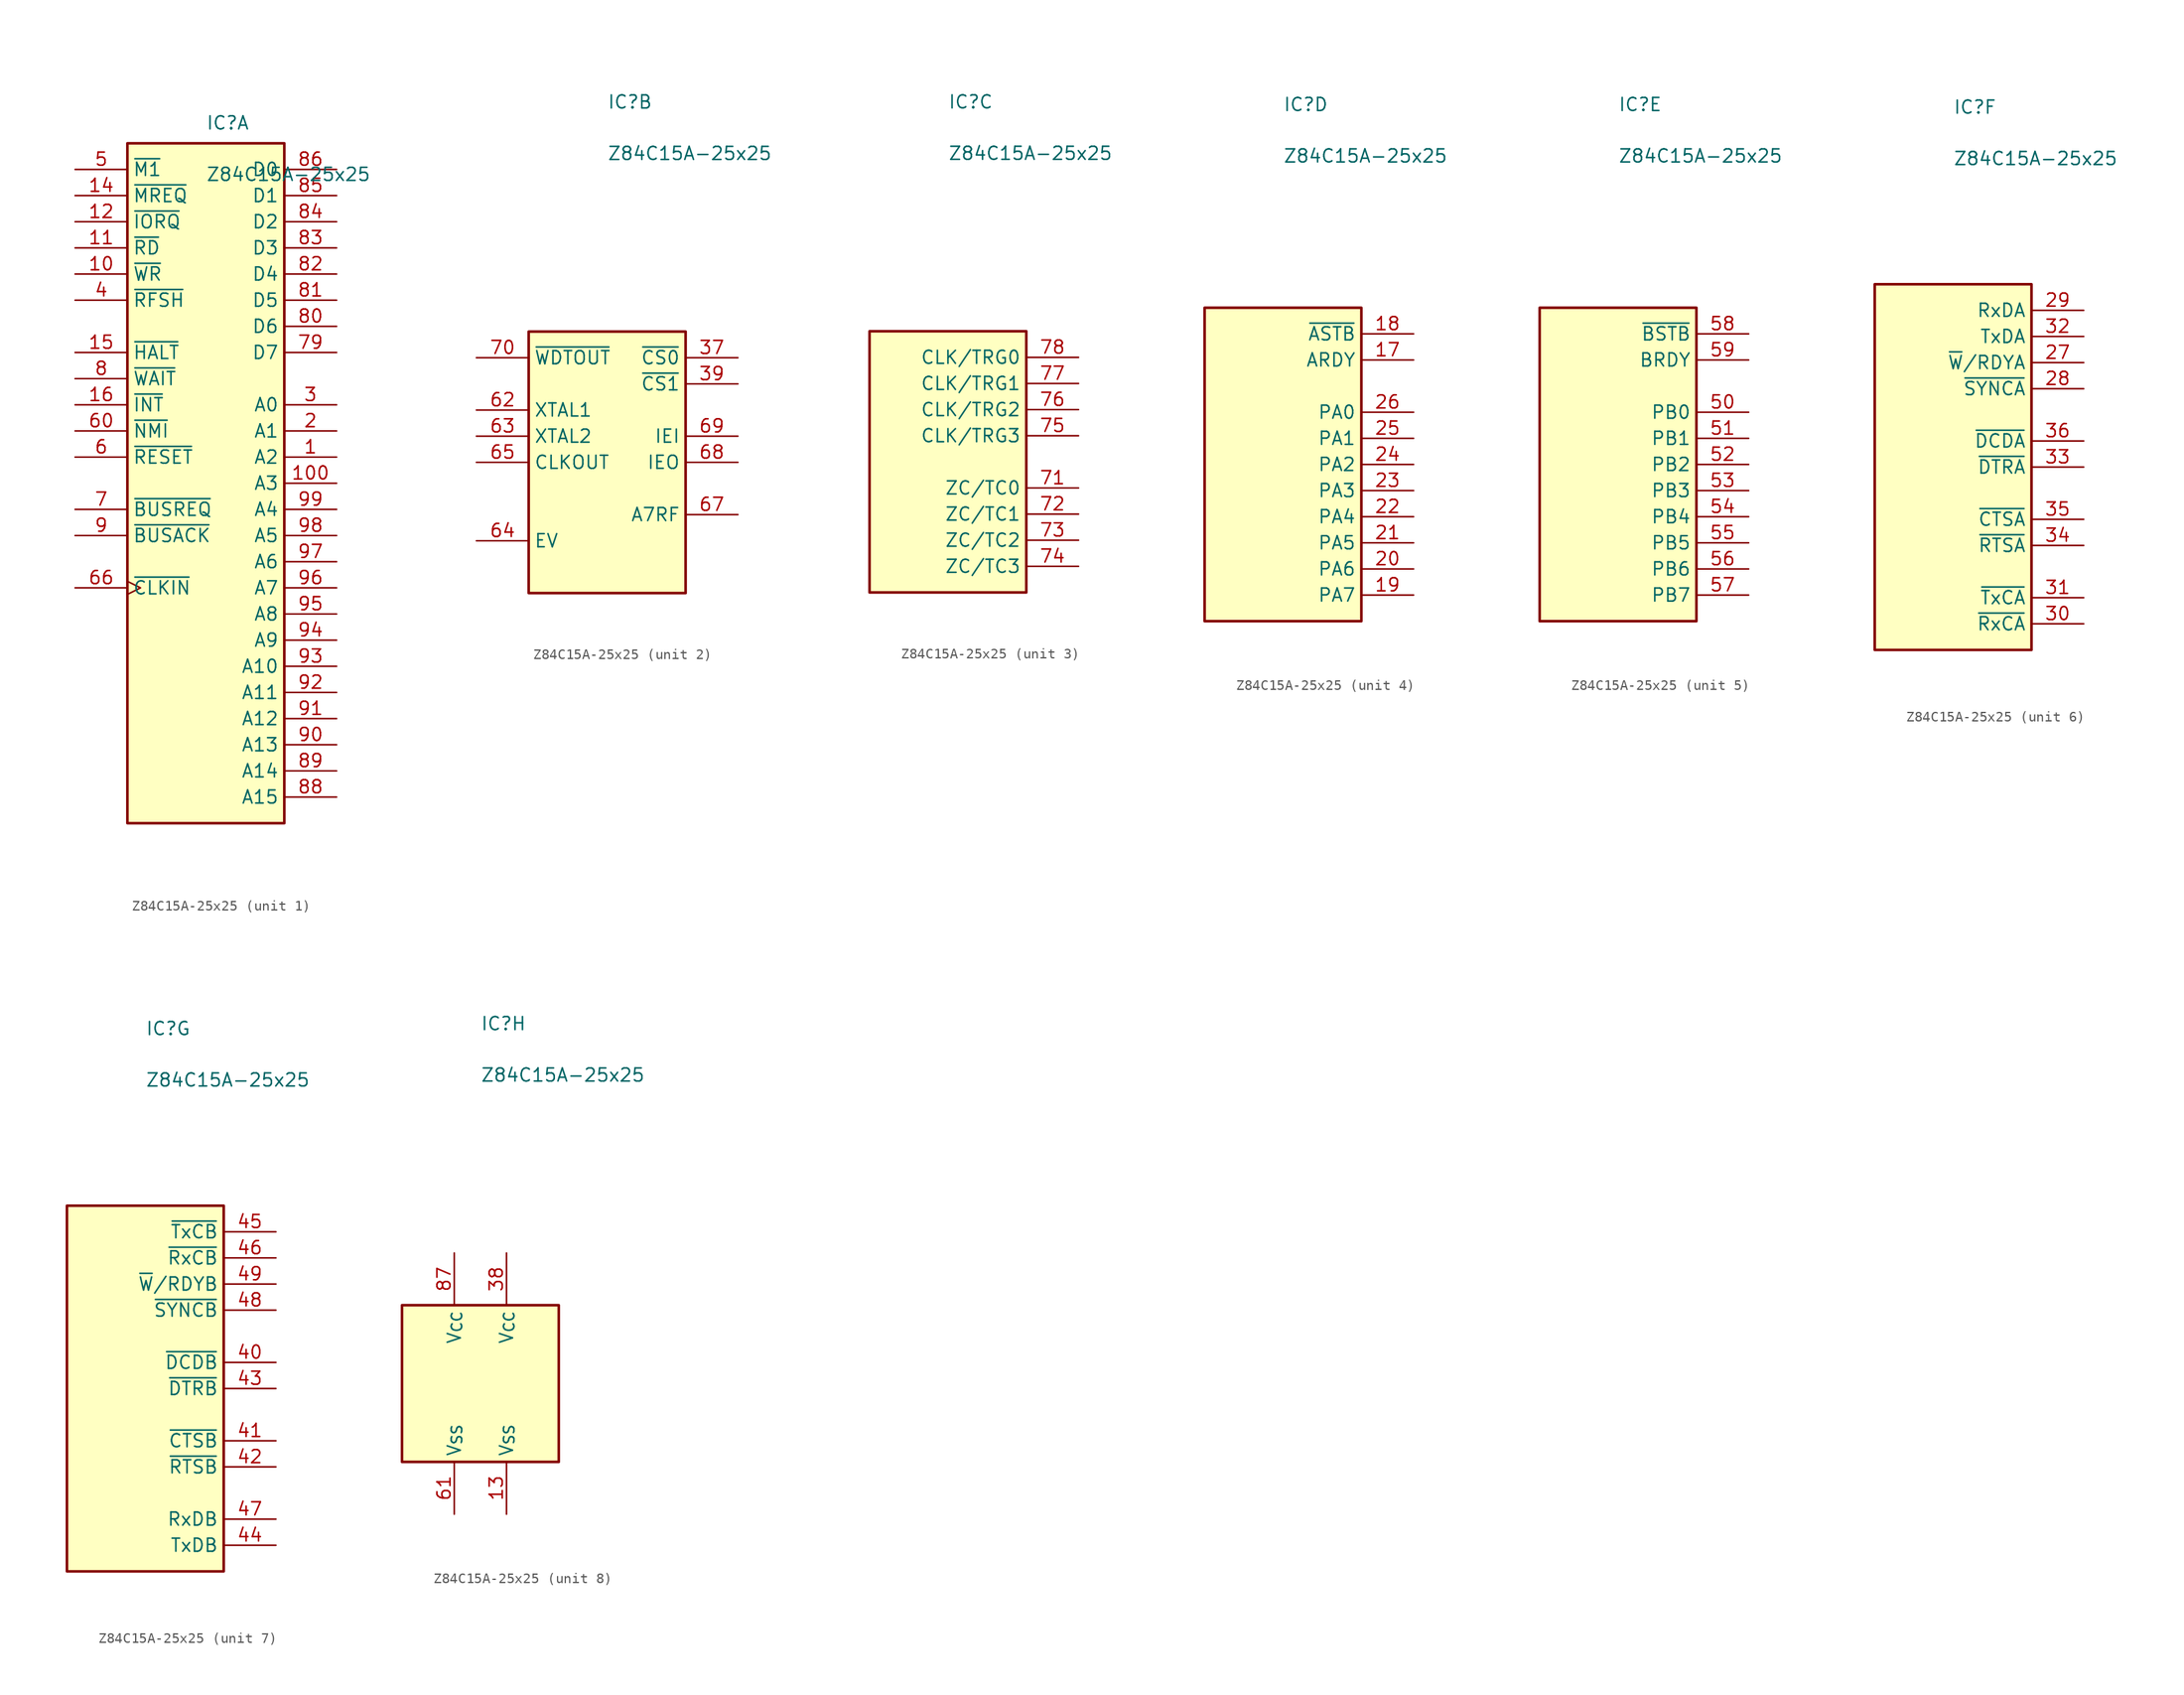
<source format=kicad_sym>
(kicad_symbol_lib
  (version 20220914)
  (generator kicad_symbol_editor)
  (symbol "Z84C15A-25x25"
    (pin_names
      (offset 0.5))
    (property "Reference" "IC"
      (at 0 35 0)
      (effects (font (size 1.27 1.27)) (justify left)))
    (property "Value" "Z84C15A-25x25"
      (at 0 30 0)
      (effects (font (size 1.27 1.27)) (justify left)))
    (property "ki_locked" ""
      (at 0 0 0)
      (effects (font (size 1.27 1.27))))
    (symbol "Z84C15A-25x25_1_0"
      (rectangle (start -7.62 33.02) (end 7.62 -33.02) (stroke (width 0.254) (type solid)) (fill (type background)))
      (pin output line (at 12.7 2.54 180) (length 5.08) (name "A2" (effects (font (size 1.27 1.27)))) (number "1" (effects (font (size 1.27 1.27)))))
      (pin output line (at -12.7 20.32 0) (length 5.08) (name "~{WR}" (effects (font (size 1.27 1.27)))) (number "10" (effects (font (size 1.27 1.27)))))
      (pin output line (at 12.7 0 180) (length 5.08) (name "A3" (effects (font (size 1.27 1.27)))) (number "100" (effects (font (size 1.27 1.27)))))
      (pin output line (at -12.7 22.86 0) (length 5.08) (name "~{RD}" (effects (font (size 1.27 1.27)))) (number "11" (effects (font (size 1.27 1.27)))))
      (pin output line (at -12.7 25.4 0) (length 5.08) (name "~{IORQ}" (effects (font (size 1.27 1.27)))) (number "12" (effects (font (size 1.27 1.27)))))
      (pin output line (at -12.7 27.94 0) (length 5.08) (name "~{MREQ}" (effects (font (size 1.27 1.27)))) (number "14" (effects (font (size 1.27 1.27)))))
      (pin output line (at -12.7 12.7 0) (length 5.08) (name "~{HALT}" (effects (font (size 1.27 1.27)))) (number "15" (effects (font (size 1.27 1.27)))))
      (pin open_collector line (at -12.7 7.62 0) (length 5.08) (name "~{INT}" (effects (font (size 1.27 1.27)))) (number "16" (effects (font (size 1.27 1.27)))))
      (pin output line (at 12.7 5.08 180) (length 5.08) (name "A1" (effects (font (size 1.27 1.27)))) (number "2" (effects (font (size 1.27 1.27)))))
      (pin output line (at 12.7 7.62 180) (length 5.08) (name "A0" (effects (font (size 1.27 1.27)))) (number "3" (effects (font (size 1.27 1.27)))))
      (pin output line (at -12.7 17.78 0) (length 5.08) (name "~{RFSH}" (effects (font (size 1.27 1.27)))) (number "4" (effects (font (size 1.27 1.27)))))
      (pin output line (at -12.7 30.48 0) (length 5.08) (name "~{M1}" (effects (font (size 1.27 1.27)))) (number "5" (effects (font (size 1.27 1.27)))))
      (pin open_collector line (at -12.7 2.54 0) (length 5.08) (name "~{RESET}" (effects (font (size 1.27 1.27)))) (number "6" (effects (font (size 1.27 1.27)))))
      (pin input line (at -12.7 5.08 0) (length 5.08) (name "~{NMI}" (effects (font (size 1.27 1.27)))) (number "60" (effects (font (size 1.27 1.27)))))
      (pin input clock (at -12.7 -10.16 0) (length 5.08) (name "~{CLKIN}" (effects (font (size 1.27 1.27)))) (number "66" (effects (font (size 1.27 1.27)))))
      (pin input line (at -12.7 -2.54 0) (length 5.08) (name "~{BUSREQ}" (effects (font (size 1.27 1.27)))) (number "7" (effects (font (size 1.27 1.27)))))
      (pin bidirectional line (at 12.7 12.7 180) (length 5.08) (name "D7" (effects (font (size 1.27 1.27)))) (number "79" (effects (font (size 1.27 1.27)))))
      (pin input line (at -12.7 10.16 0) (length 5.08) (name "~{WAIT}" (effects (font (size 1.27 1.27)))) (number "8" (effects (font (size 1.27 1.27)))))
      (pin bidirectional line (at 12.7 15.24 180) (length 5.08) (name "D6" (effects (font (size 1.27 1.27)))) (number "80" (effects (font (size 1.27 1.27)))))
      (pin bidirectional line (at 12.7 17.78 180) (length 5.08) (name "D5" (effects (font (size 1.27 1.27)))) (number "81" (effects (font (size 1.27 1.27)))))
      (pin bidirectional line (at 12.7 20.32 180) (length 5.08) (name "D4" (effects (font (size 1.27 1.27)))) (number "82" (effects (font (size 1.27 1.27)))))
      (pin bidirectional line (at 12.7 22.86 180) (length 5.08) (name "D3" (effects (font (size 1.27 1.27)))) (number "83" (effects (font (size 1.27 1.27)))))
      (pin bidirectional line (at 12.7 25.4 180) (length 5.08) (name "D2" (effects (font (size 1.27 1.27)))) (number "84" (effects (font (size 1.27 1.27)))))
      (pin bidirectional line (at 12.7 27.94 180) (length 5.08) (name "D1" (effects (font (size 1.27 1.27)))) (number "85" (effects (font (size 1.27 1.27)))))
      (pin bidirectional line (at 12.7 30.48 180) (length 5.08) (name "D0" (effects (font (size 1.27 1.27)))) (number "86" (effects (font (size 1.27 1.27)))))
      (pin output line (at 12.7 -30.48 180) (length 5.08) (name "A15" (effects (font (size 1.27 1.27)))) (number "88" (effects (font (size 1.27 1.27)))))
      (pin output line (at 12.7 -27.94 180) (length 5.08) (name "A14" (effects (font (size 1.27 1.27)))) (number "89" (effects (font (size 1.27 1.27)))))
      (pin output line (at -12.7 -5.08 0) (length 5.08) (name "~{BUSACK}" (effects (font (size 1.27 1.27)))) (number "9" (effects (font (size 1.27 1.27)))))
      (pin output line (at 12.7 -25.4 180) (length 5.08) (name "A13" (effects (font (size 1.27 1.27)))) (number "90" (effects (font (size 1.27 1.27)))))
      (pin output line (at 12.7 -22.86 180) (length 5.08) (name "A12" (effects (font (size 1.27 1.27)))) (number "91" (effects (font (size 1.27 1.27)))))
      (pin output line (at 12.7 -20.32 180) (length 5.08) (name "A11" (effects (font (size 1.27 1.27)))) (number "92" (effects (font (size 1.27 1.27)))))
      (pin output line (at 12.7 -17.78 180) (length 5.08) (name "A10" (effects (font (size 1.27 1.27)))) (number "93" (effects (font (size 1.27 1.27)))))
      (pin output line (at 12.7 -15.24 180) (length 5.08) (name "A9" (effects (font (size 1.27 1.27)))) (number "94" (effects (font (size 1.27 1.27)))))
      (pin output line (at 12.7 -12.7 180) (length 5.08) (name "A8" (effects (font (size 1.27 1.27)))) (number "95" (effects (font (size 1.27 1.27)))))
      (pin output line (at 12.7 -10.16 180) (length 5.08) (name "A7" (effects (font (size 1.27 1.27)))) (number "96" (effects (font (size 1.27 1.27)))))
      (pin output line (at 12.7 -7.62 180) (length 5.08) (name "A6" (effects (font (size 1.27 1.27)))) (number "97" (effects (font (size 1.27 1.27)))))
      (pin output line (at 12.7 -5.08 180) (length 5.08) (name "A5" (effects (font (size 1.27 1.27)))) (number "98" (effects (font (size 1.27 1.27)))))
      (pin output line (at 12.7 -2.54 180) (length 5.08) (name "A4" (effects (font (size 1.27 1.27)))) (number "99" (effects (font (size 1.27 1.27))))))
    (symbol "Z84C15A-25x25_2_0"
      (rectangle (start -7.62 12.7) (end 7.62 -12.7) (stroke (width 0.254) (type default)) (fill (type background)))
      (pin output line (at 12.7 10.16 180) (length 5.08) (name "~{CS0}" (effects (font (size 1.27 1.27)))) (number "37" (effects (font (size 1.27 1.27)))))
      (pin output line (at 12.7 7.62 180) (length 5.08) (name "~{CS1}" (effects (font (size 1.27 1.27)))) (number "39" (effects (font (size 1.27 1.27)))))
      (pin input line (at -12.7 5.08 0) (length 5.08) (name "XTAL1" (effects (font (size 1.27 1.27)))) (number "62" (effects (font (size 1.27 1.27)))))
      (pin output line (at -12.7 2.54 0) (length 5.08) (name "XTAL2" (effects (font (size 1.27 1.27)))) (number "63" (effects (font (size 1.27 1.27)))))
      (pin input line (at -12.7 -7.62 0) (length 5.08) (name "EV" (effects (font (size 1.27 1.27)))) (number "64" (effects (font (size 1.27 1.27)))))
      (pin output line (at -12.7 0 0) (length 5.08) (name "CLKOUT" (effects (font (size 1.27 1.27)))) (number "65" (effects (font (size 1.27 1.27)))))
      (pin output line (at 12.7 -5.08 180) (length 5.08) (name "A7RF" (effects (font (size 1.27 1.27)))) (number "67" (effects (font (size 1.27 1.27)))))
      (pin output line (at 12.7 0 180) (length 5.08) (name "IEO" (effects (font (size 1.27 1.27)))) (number "68" (effects (font (size 1.27 1.27)))))
      (pin input line (at 12.7 2.54 180) (length 5.08) (name "IEI" (effects (font (size 1.27 1.27)))) (number "69" (effects (font (size 1.27 1.27)))))
      (pin open_collector line (at -12.7 10.16 0) (length 5.08) (name "~{WDTOUT}" (effects (font (size 1.27 1.27)))) (number "70" (effects (font (size 1.27 1.27))))))
    (symbol "Z84C15A-25x25_3_0"
      (rectangle (start -7.62 12.7) (end 7.62 -12.7) (stroke (width 0.254) (type default)) (fill (type background)))
      (pin output line (at 12.7 -2.54 180) (length 5.08) (name "ZC/TC0" (effects (font (size 1.27 1.27)))) (number "71" (effects (font (size 1.27 1.27)))))
      (pin output line (at 12.7 -5.08 180) (length 5.08) (name "ZC/TC1" (effects (font (size 1.27 1.27)))) (number "72" (effects (font (size 1.27 1.27)))))
      (pin output line (at 12.7 -7.62 180) (length 5.08) (name "ZC/TC2" (effects (font (size 1.27 1.27)))) (number "73" (effects (font (size 1.27 1.27)))))
      (pin output line (at 12.7 -10.16 180) (length 5.08) (name "ZC/TC3" (effects (font (size 1.27 1.27)))) (number "74" (effects (font (size 1.27 1.27)))))
      (pin input line (at 12.7 2.54 180) (length 5.08) (name "CLK/TRG3" (effects (font (size 1.27 1.27)))) (number "75" (effects (font (size 1.27 1.27)))))
      (pin input line (at 12.7 5.08 180) (length 5.08) (name "CLK/TRG2" (effects (font (size 1.27 1.27)))) (number "76" (effects (font (size 1.27 1.27)))))
      (pin input line (at 12.7 7.62 180) (length 5.08) (name "CLK/TRG1" (effects (font (size 1.27 1.27)))) (number "77" (effects (font (size 1.27 1.27)))))
      (pin input line (at 12.7 10.16 180) (length 5.08) (name "CLK/TRG0" (effects (font (size 1.27 1.27)))) (number "78" (effects (font (size 1.27 1.27))))))
    (symbol "Z84C15A-25x25_4_0"
      (rectangle (start -7.62 15.24) (end 7.62 -15.24) (stroke (width 0.254) (type default)) (fill (type background)))
      (pin output line (at 12.7 10.16 180) (length 5.08) (name "ARDY" (effects (font (size 1.27 1.27)))) (number "17" (effects (font (size 1.27 1.27)))))
      (pin input line (at 12.7 12.7 180) (length 5.08) (name "~{ASTB}" (effects (font (size 1.27 1.27)))) (number "18" (effects (font (size 1.27 1.27)))))
      (pin tri_state line (at 12.7 -12.7 180) (length 5.08) (name "PA7" (effects (font (size 1.27 1.27)))) (number "19" (effects (font (size 1.27 1.27)))))
      (pin tri_state line (at 12.7 -10.16 180) (length 5.08) (name "PA6" (effects (font (size 1.27 1.27)))) (number "20" (effects (font (size 1.27 1.27)))))
      (pin tri_state line (at 12.7 -7.62 180) (length 5.08) (name "PA5" (effects (font (size 1.27 1.27)))) (number "21" (effects (font (size 1.27 1.27)))))
      (pin tri_state line (at 12.7 -5.08 180) (length 5.08) (name "PA4" (effects (font (size 1.27 1.27)))) (number "22" (effects (font (size 1.27 1.27)))))
      (pin tri_state line (at 12.7 -2.54 180) (length 5.08) (name "PA3" (effects (font (size 1.27 1.27)))) (number "23" (effects (font (size 1.27 1.27)))))
      (pin tri_state line (at 12.7 0 180) (length 5.08) (name "PA2" (effects (font (size 1.27 1.27)))) (number "24" (effects (font (size 1.27 1.27)))))
      (pin tri_state line (at 12.7 2.54 180) (length 5.08) (name "PA1" (effects (font (size 1.27 1.27)))) (number "25" (effects (font (size 1.27 1.27)))))
      (pin tri_state line (at 12.7 5.08 180) (length 5.08) (name "PA0" (effects (font (size 1.27 1.27)))) (number "26" (effects (font (size 1.27 1.27))))))
    (symbol "Z84C15A-25x25_5_0"
      (pin tri_state line (at 12.7 5.08 180) (length 5.08) (name "PB0" (effects (font (size 1.27 1.27)))) (number "50" (effects (font (size 1.27 1.27)))))
      (pin tri_state line (at 12.7 2.54 180) (length 5.08) (name "PB1" (effects (font (size 1.27 1.27)))) (number "51" (effects (font (size 1.27 1.27)))))
      (pin tri_state line (at 12.7 0 180) (length 5.08) (name "PB2" (effects (font (size 1.27 1.27)))) (number "52" (effects (font (size 1.27 1.27)))))
      (pin tri_state line (at 12.7 -2.54 180) (length 5.08) (name "PB3" (effects (font (size 1.27 1.27)))) (number "53" (effects (font (size 1.27 1.27)))))
      (pin tri_state line (at 12.7 -5.08 180) (length 5.08) (name "PB4" (effects (font (size 1.27 1.27)))) (number "54" (effects (font (size 1.27 1.27)))))
      (pin tri_state line (at 12.7 -7.62 180) (length 5.08) (name "PB5" (effects (font (size 1.27 1.27)))) (number "55" (effects (font (size 1.27 1.27)))))
      (pin tri_state line (at 12.7 -10.16 180) (length 5.08) (name "PB6" (effects (font (size 1.27 1.27)))) (number "56" (effects (font (size 1.27 1.27)))))
      (pin tri_state line (at 12.7 -12.7 180) (length 5.08) (name "PB7" (effects (font (size 1.27 1.27)))) (number "57" (effects (font (size 1.27 1.27)))))
      (pin input line (at 12.7 12.7 180) (length 5.08) (name "~{BSTB}" (effects (font (size 1.27 1.27)))) (number "58" (effects (font (size 1.27 1.27)))))
      (pin output line (at 12.7 10.16 180) (length 5.08) (name "BRDY" (effects (font (size 1.27 1.27)))) (number "59" (effects (font (size 1.27 1.27))))))
    (symbol "Z84C15A-25x25_5_1"
      (rectangle (start -7.62 15.24) (end 7.62 -15.24) (stroke (width 0.254) (type default)) (fill (type background))))
    (symbol "Z84C15A-25x25_6_0"
      (pin output line (at 12.7 10.16 180) (length 5.08) (name "~{W}/RDYA" (effects (font (size 1.27 1.27)))) (number "27" (effects (font (size 1.27 1.27)))))
      (pin bidirectional line (at 12.7 7.62 180) (length 5.08) (name "~{SYNCA}" (effects (font (size 1.27 1.27)))) (number "28" (effects (font (size 1.27 1.27)))))
      (pin input line (at 12.7 15.24 180) (length 5.08) (name "RxDA" (effects (font (size 1.27 1.27)))) (number "29" (effects (font (size 1.27 1.27)))))
      (pin input line (at 12.7 -15.24 180) (length 5.08) (name "~{RxCA}" (effects (font (size 1.27 1.27)))) (number "30" (effects (font (size 1.27 1.27)))))
      (pin input line (at 12.7 -12.7 180) (length 5.08) (name "~{TxCA}" (effects (font (size 1.27 1.27)))) (number "31" (effects (font (size 1.27 1.27)))))
      (pin output line (at 12.7 12.7 180) (length 5.08) (name "TxDA" (effects (font (size 1.27 1.27)))) (number "32" (effects (font (size 1.27 1.27)))))
      (pin output line (at 12.7 0 180) (length 5.08) (name "~{DTRA}" (effects (font (size 1.27 1.27)))) (number "33" (effects (font (size 1.27 1.27)))))
      (pin output line (at 12.7 -7.62 180) (length 5.08) (name "~{RTSA}" (effects (font (size 1.27 1.27)))) (number "34" (effects (font (size 1.27 1.27)))))
      (pin input line (at 12.7 -5.08 180) (length 5.08) (name "~{CTSA}" (effects (font (size 1.27 1.27)))) (number "35" (effects (font (size 1.27 1.27)))))
      (pin input line (at 12.7 2.54 180) (length 5.08) (name "~{DCDA}" (effects (font (size 1.27 1.27)))) (number "36" (effects (font (size 1.27 1.27))))))
    (symbol "Z84C15A-25x25_6_1"
      (rectangle (start -7.62 17.78) (end 7.62 -17.78) (stroke (width 0.254) (type default)) (fill (type background))))
    (symbol "Z84C15A-25x25_7_0"
      (pin input line (at 12.7 2.54 180) (length 5.08) (name "~{DCDB}" (effects (font (size 1.27 1.27)))) (number "40" (effects (font (size 1.27 1.27)))))
      (pin input line (at 12.7 -5.08 180) (length 5.08) (name "~{CTSB}" (effects (font (size 1.27 1.27)))) (number "41" (effects (font (size 1.27 1.27)))))
      (pin output line (at 12.7 -7.62 180) (length 5.08) (name "~{RTSB}" (effects (font (size 1.27 1.27)))) (number "42" (effects (font (size 1.27 1.27)))))
      (pin output line (at 12.7 0 180) (length 5.08) (name "~{DTRB}" (effects (font (size 1.27 1.27)))) (number "43" (effects (font (size 1.27 1.27)))))
      (pin output line (at 12.7 -15.24 180) (length 5.08) (name "TxDB" (effects (font (size 1.27 1.27)))) (number "44" (effects (font (size 1.27 1.27)))))
      (pin input line (at 12.7 15.24 180) (length 5.08) (name "~{TxCB}" (effects (font (size 1.27 1.27)))) (number "45" (effects (font (size 1.27 1.27)))))
      (pin input line (at 12.7 12.7 180) (length 5.08) (name "~{RxCB}" (effects (font (size 1.27 1.27)))) (number "46" (effects (font (size 1.27 1.27)))))
      (pin input line (at 12.7 -12.7 180) (length 5.08) (name "RxDB" (effects (font (size 1.27 1.27)))) (number "47" (effects (font (size 1.27 1.27)))))
      (pin bidirectional line (at 12.7 7.62 180) (length 5.08) (name "~{SYNCB}" (effects (font (size 1.27 1.27)))) (number "48" (effects (font (size 1.27 1.27)))))
      (pin output line (at 12.7 10.16 180) (length 5.08) (name "~{W}/RDYB" (effects (font (size 1.27 1.27)))) (number "49" (effects (font (size 1.27 1.27))))))
    (symbol "Z84C15A-25x25_7_1"
      (rectangle (start -7.62 17.78) (end 7.62 -17.78) (stroke (width 0.254) (type default)) (fill (type background))))
    (symbol "Z84C15A-25x25_8_0"
      (rectangle (start -7.62 7.62) (end 7.62 -7.62) (stroke (width 0.254) (type default)) (fill (type background)))
      (pin power_in line (at 2.54 -12.7 90) (length 5.08) (name "V_{SS}" (effects (font (size 1.27 1.27)))) (number "13" (effects (font (size 1.27 1.27)))))
      (pin power_in line (at 2.54 12.7 270) (length 5.08) (name "V_{CC}" (effects (font (size 1.27 1.27)))) (number "38" (effects (font (size 1.27 1.27)))))
      (pin power_in line (at -2.54 -12.7 90) (length 5.08) (name "V_{SS}" (effects (font (size 1.27 1.27)))) (number "61" (effects (font (size 1.27 1.27)))))
      (pin power_in line (at -2.54 12.7 270) (length 5.08) (name "V_{CC}" (effects (font (size 1.27 1.27)))) (number "87" (effects (font (size 1.27 1.27))))))))
</source>
